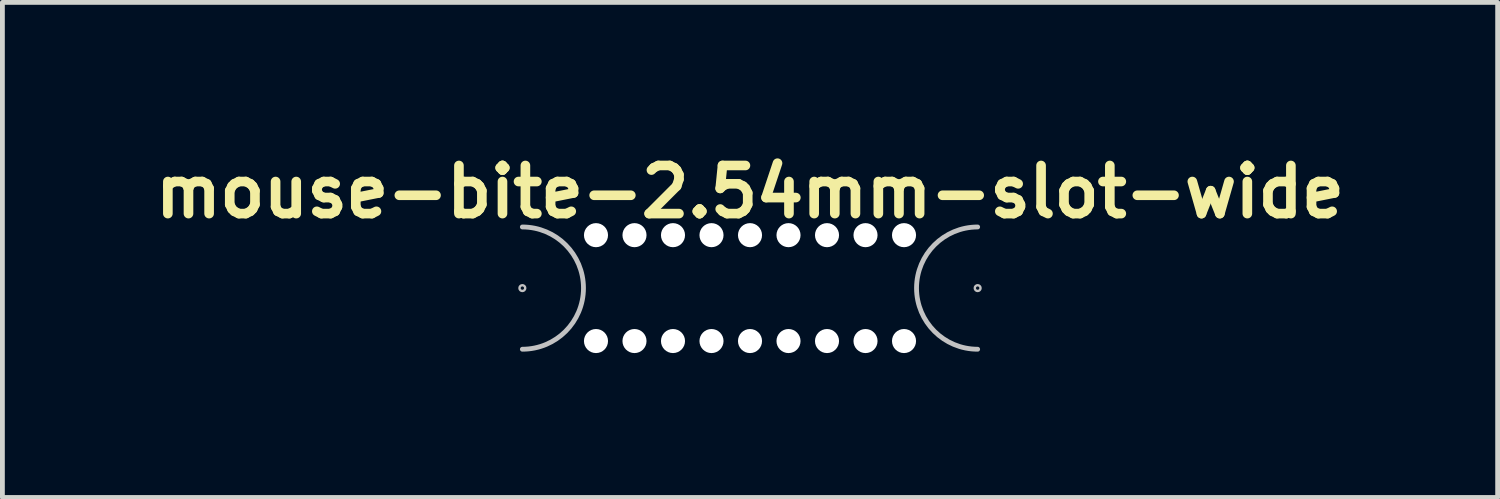
<source format=kicad_pcb>
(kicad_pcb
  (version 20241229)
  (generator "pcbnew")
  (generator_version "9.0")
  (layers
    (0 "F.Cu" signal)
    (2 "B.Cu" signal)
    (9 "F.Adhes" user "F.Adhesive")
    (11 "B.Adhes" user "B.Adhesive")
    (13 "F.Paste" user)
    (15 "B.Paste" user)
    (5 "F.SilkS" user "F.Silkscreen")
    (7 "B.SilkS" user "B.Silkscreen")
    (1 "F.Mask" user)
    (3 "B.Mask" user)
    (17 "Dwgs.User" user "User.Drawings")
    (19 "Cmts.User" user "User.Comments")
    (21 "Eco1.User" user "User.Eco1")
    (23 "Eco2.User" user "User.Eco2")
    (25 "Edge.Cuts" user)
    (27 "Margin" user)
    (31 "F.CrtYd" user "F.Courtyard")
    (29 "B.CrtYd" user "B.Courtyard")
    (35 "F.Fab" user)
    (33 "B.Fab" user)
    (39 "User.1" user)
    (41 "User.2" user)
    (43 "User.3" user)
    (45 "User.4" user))
  (footprint "mouse-bite-2.54mm-slot-wide"
    (layer "F.Cu")
    (at 12.533 2.936)
    (property "Reference" "mouse-bite-2.54mm-slot-wide" (at 0 -2 0) (layer "F.SilkS") (effects (font (size 1 1) (thickness 0.2))))
    (attr through_hole)
    (fp_arc (start -4.73 -1.27) (mid -3.46 0) (end -4.73 1.27) (stroke (width 0.1) (type solid)) (layer "Dwgs.User"))
    (fp_arc (start 4.73 1.27) (mid 3.46 0) (end 4.73 -1.27) (stroke (width 0.1) (type solid)) (layer "Dwgs.User"))
    (fp_circle (center -4.73 0) (end -4.67 0) (stroke (width 0.05) (type solid)) (fill no) (layer "Dwgs.User"))
    (fp_circle (center 4.73 0) (end 4.79 0) (stroke (width 0.05) (type solid)) (fill no) (layer "Dwgs.User"))
    (pad "" np_thru_hole circle (at -3.2 -1.1) (size 0.5 0.5) (drill 0.5) (layers "*.Cu" "*.Mask"))
    (pad "" np_thru_hole circle (at -3.2 1.1) (size 0.5 0.5) (drill 0.5) (layers "*.Cu" "*.Mask"))
    (pad "" np_thru_hole circle (at -2.4 -1.1) (size 0.5 0.5) (drill 0.5) (layers "*.Cu" "*.Mask"))
    (pad "" np_thru_hole circle (at -2.4 1.1) (size 0.5 0.5) (drill 0.5) (layers "*.Cu" "*.Mask"))
    (pad "" np_thru_hole circle (at -1.6 -1.1) (size 0.5 0.5) (drill 0.5) (layers "*.Cu" "*.Mask"))
    (pad "" np_thru_hole circle (at -1.6 1.1) (size 0.5 0.5) (drill 0.5) (layers "*.Cu" "*.Mask"))
    (pad "" np_thru_hole circle (at -0.8 -1.1) (size 0.5 0.5) (drill 0.5) (layers "*.Cu" "*.Mask"))
    (pad "" np_thru_hole circle (at -0.8 1.1) (size 0.5 0.5) (drill 0.5) (layers "*.Cu" "*.Mask"))
    (pad "" np_thru_hole circle (at 0 -1.1) (size 0.5 0.5) (drill 0.5) (layers "*.Cu" "*.Mask"))
    (pad "" np_thru_hole circle (at 0 1.1) (size 0.5 0.5) (drill 0.5) (layers "*.Cu" "*.Mask"))
    (pad "" np_thru_hole circle (at 0.8 -1.1) (size 0.5 0.5) (drill 0.5) (layers "*.Cu" "*.Mask"))
    (pad "" np_thru_hole circle (at 0.8 1.1) (size 0.5 0.5) (drill 0.5) (layers "*.Cu" "*.Mask"))
    (pad "" np_thru_hole circle (at 1.6 -1.1) (size 0.5 0.5) (drill 0.5) (layers "*.Cu" "*.Mask"))
    (pad "" np_thru_hole circle (at 1.6 1.1) (size 0.5 0.5) (drill 0.5) (layers "*.Cu" "*.Mask"))
    (pad "" np_thru_hole circle (at 2.4 -1.1) (size 0.5 0.5) (drill 0.5) (layers "*.Cu" "*.Mask"))
    (pad "" np_thru_hole circle (at 2.4 1.1) (size 0.5 0.5) (drill 0.5) (layers "*.Cu" "*.Mask"))
    (pad "" np_thru_hole circle (at 3.2 -1.1) (size 0.5 0.5) (drill 0.5) (layers "*.Cu" "*.Mask"))
    (pad "" np_thru_hole circle (at 3.2 1.1) (size 0.5 0.5) (drill 0.5) (layers "*.Cu" "*.Mask")))
  (gr_rect
    (start -3 -3)
    (end 28.067 7.286)
    (stroke (width 0.1) (type default))
    (fill no)
    (layer "Edge.Cuts")))
</source>
